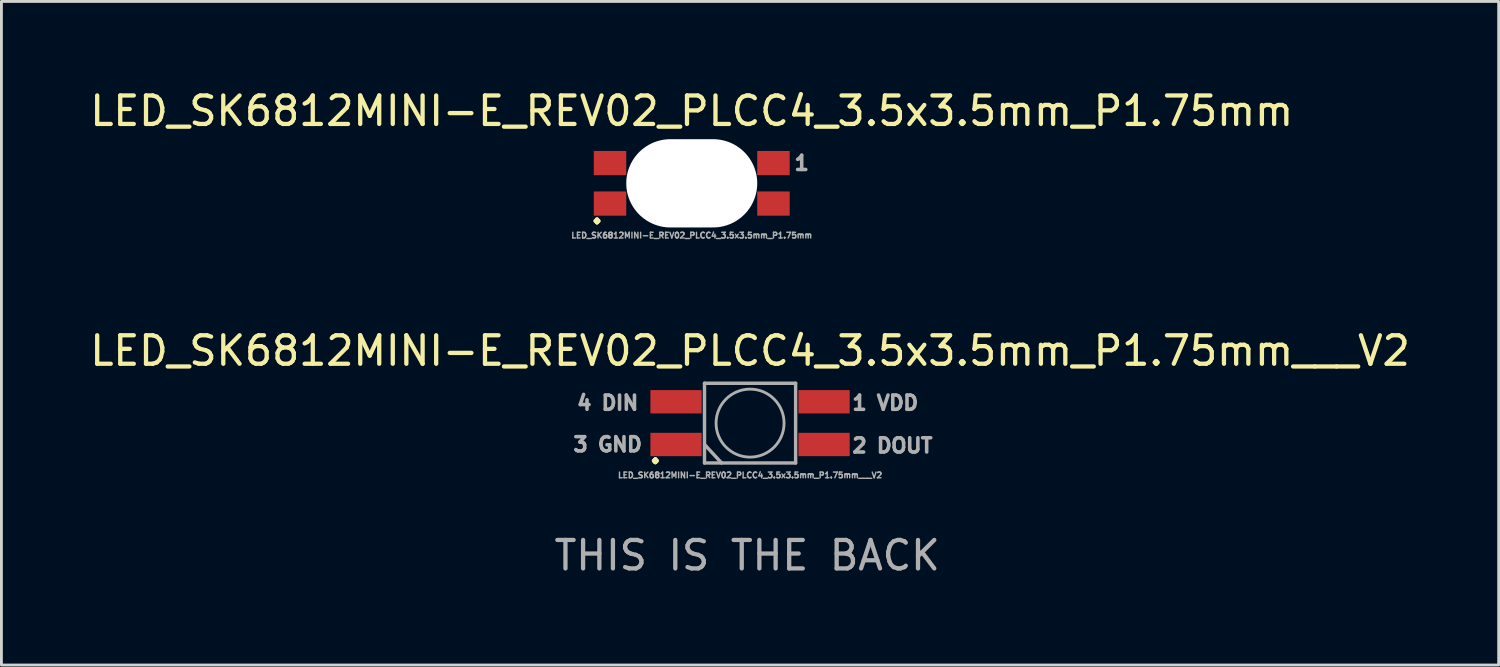
<source format=kicad_pcb>
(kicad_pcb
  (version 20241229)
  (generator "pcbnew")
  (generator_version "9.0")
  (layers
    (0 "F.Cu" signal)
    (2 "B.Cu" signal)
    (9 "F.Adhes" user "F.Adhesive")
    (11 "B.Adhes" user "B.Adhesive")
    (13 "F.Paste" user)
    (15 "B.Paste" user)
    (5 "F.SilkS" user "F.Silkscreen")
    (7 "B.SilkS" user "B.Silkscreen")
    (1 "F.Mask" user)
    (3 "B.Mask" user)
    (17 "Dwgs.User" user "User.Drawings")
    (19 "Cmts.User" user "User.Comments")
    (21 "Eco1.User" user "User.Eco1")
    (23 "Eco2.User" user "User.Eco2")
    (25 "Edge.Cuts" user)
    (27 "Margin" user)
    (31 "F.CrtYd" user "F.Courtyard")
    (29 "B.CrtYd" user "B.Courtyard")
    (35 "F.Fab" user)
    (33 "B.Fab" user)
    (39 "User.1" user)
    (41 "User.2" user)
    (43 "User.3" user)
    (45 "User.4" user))
  (footprint "LED_SK6812MINI-E_REV02_PLCC4_3.5x3.5mm_P1.75mm"
    (layer "F.Cu")
    (at 21.244 3.388)
    (property "Reference" "LED_SK6812MINI-E_REV02_PLCC4_3.5x3.5mm_P1.75mm" (at 0 -2.54 0) (layer "F.SilkS") (effects (font (size 1 1) (thickness 0.15))))
    (attr smd)
    (fp_circle (center 0 0) (end 0 -1.194) (stroke (width 0.1) (type solid)) (fill no) (layer "F.Fab"))
    (fp_text user "." (at -3.327 0.914 0) (layer "F.SilkS") (effects (font (size 1 1) (thickness 0.15))))
    (fp_text user "${REFERENCE}" (at 0 1.829 0) (layer "F.Fab") (effects (font (size 0.2 0.2) (thickness 0.05))))
    (fp_text user "1" (at 3.861 -0.711 0) (layer "F.Fab") (effects (font (size 0.5 0.5) (thickness 0.125))))
    (pad "" np_thru_hole oval (at 0 0 90) (size 3.1 4.6) (drill oval 3.1 4.6) (layers "*.Cu" "*.Mask"))
    (pad "1" smd rect (at 2.87 -0.711) (size 1.14 0.85) (layers "F.Cu" "F.Mask" "F.Paste"))
    (pad "2" smd rect (at 2.87 0.711) (size 1.14 0.85) (layers "F.Cu" "F.Mask" "F.Paste"))
    (pad "3" smd rect (at -2.87 0.711) (size 1.14 0.85) (layers "F.Cu" "F.Mask" "F.Paste"))
    (pad "4" smd rect (at -2.87 -0.711) (size 1.14 0.85) (layers "F.Cu" "F.Mask" "F.Paste")))
  (footprint "LED_SK6812MINI-E_REV02_PLCC4_3.5x3.5mm_P1.75mm___V2"
    (layer "F.Cu")
    (at 23.292 11.81)
    (property "Reference" "LED_SK6812MINI-E_REV02_PLCC4_3.5x3.5mm_P1.75mm___V2" (at 0 -2.54 0) (layer "F.SilkS") (effects (font (size 1 1) (thickness 0.15))))
    (attr smd)
    (fp_line (start -1.6 -1.4) (end 1.6 -1.4) (stroke (width 0.12) (type solid)) (layer "F.Fab"))
    (fp_line (start -1.6 0.75) (end -1 1.4) (stroke (width 0.12) (type solid)) (layer "F.Fab"))
    (fp_line (start -1.6 1.4) (end -1.6 -1.4) (stroke (width 0.12) (type solid)) (layer "F.Fab"))
    (fp_line (start 1.6 -1.4) (end 1.6 1.4) (stroke (width 0.12) (type solid)) (layer "F.Fab"))
    (fp_line (start 1.6 1.4) (end -1.6 1.4) (stroke (width 0.12) (type solid)) (layer "F.Fab"))
    (fp_circle (center 0 0) (end 0 -1.194) (stroke (width 0.1) (type solid)) (fill no) (layer "F.Fab"))
    (fp_text user "." (at -3.327 0.914 0) (layer "F.SilkS") (effects (font (size 1 1) (thickness 0.15))))
    (fp_text user "1 VDD" (at 4.75 -0.711 0) (layer "F.Fab") (effects (font (size 0.5 0.5) (thickness 0.125))))
    (fp_text user "4 DIN" (at -5 -0.711 0) (layer "F.Fab") (effects (font (size 0.5 0.5) (thickness 0.125))))
    (fp_text user "3 GND" (at -5 0.75 0) (layer "F.Fab") (effects (font (size 0.5 0.5) (thickness 0.125))))
    (fp_text user "2 DOUT" (at 5 0.789 0) (layer "F.Fab") (effects (font (size 0.5 0.5) (thickness 0.125))))
    (fp_text user "THIS IS THE BACK" (at -0.102 4.648 0) (layer "F.Fab") (effects (font (size 1 1) (thickness 0.15))))
    (fp_text user "${REFERENCE}" (at 0 1.829 0) (layer "F.Fab") (effects (font (size 0.2 0.2) (thickness 0.05))))
    (pad "1" smd rect (at 2.6 -0.75) (size 1.8 0.82) (layers "F.Cu" "F.Mask" "F.Paste"))
    (pad "2" smd rect (at 2.6 0.75) (size 1.8 0.82) (layers "F.Cu" "F.Mask" "F.Paste"))
    (pad "3" smd rect (at -2.6 0.75) (size 1.8 0.82) (layers "F.Cu" "F.Mask" "F.Paste"))
    (pad "4" smd rect (at -2.6 -0.75) (size 1.8 0.82) (layers "F.Cu" "F.Mask" "F.Paste")))
  (gr_rect
    (start -3 -3)
    (end 49.583 20.306)
    (stroke (width 0.1) (type default))
    (fill no)
    (layer "Edge.Cuts")))
</source>
